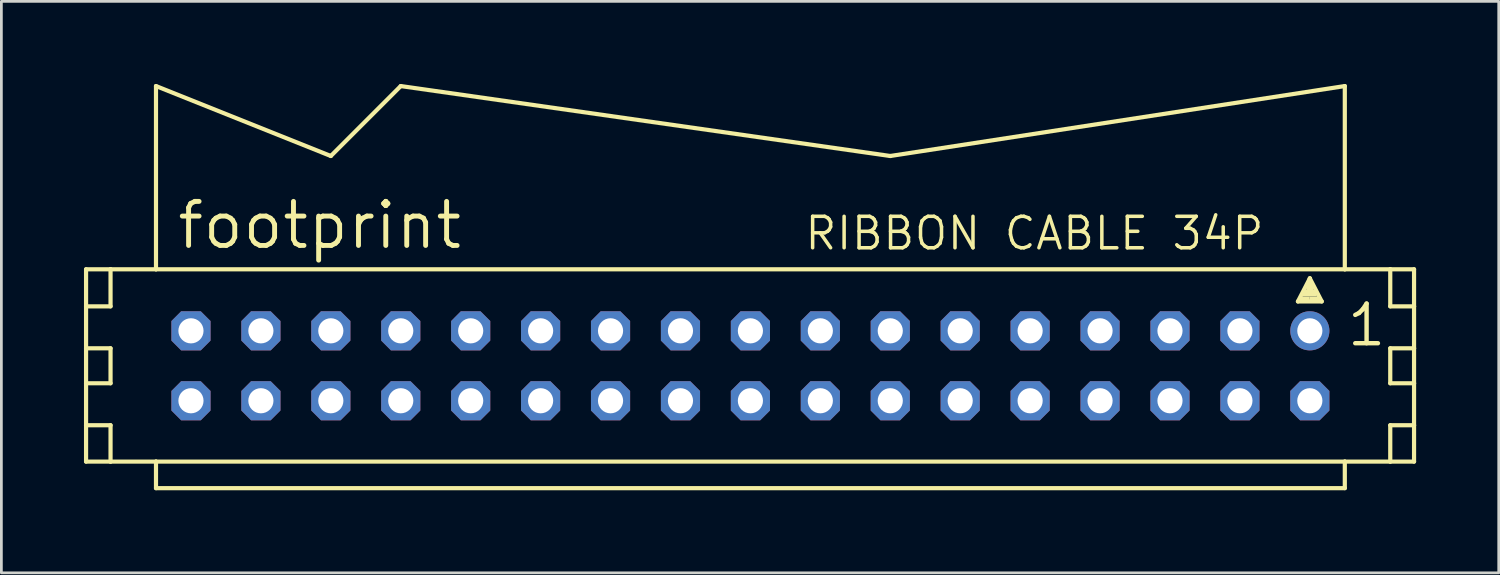
<source format=kicad_pcb>
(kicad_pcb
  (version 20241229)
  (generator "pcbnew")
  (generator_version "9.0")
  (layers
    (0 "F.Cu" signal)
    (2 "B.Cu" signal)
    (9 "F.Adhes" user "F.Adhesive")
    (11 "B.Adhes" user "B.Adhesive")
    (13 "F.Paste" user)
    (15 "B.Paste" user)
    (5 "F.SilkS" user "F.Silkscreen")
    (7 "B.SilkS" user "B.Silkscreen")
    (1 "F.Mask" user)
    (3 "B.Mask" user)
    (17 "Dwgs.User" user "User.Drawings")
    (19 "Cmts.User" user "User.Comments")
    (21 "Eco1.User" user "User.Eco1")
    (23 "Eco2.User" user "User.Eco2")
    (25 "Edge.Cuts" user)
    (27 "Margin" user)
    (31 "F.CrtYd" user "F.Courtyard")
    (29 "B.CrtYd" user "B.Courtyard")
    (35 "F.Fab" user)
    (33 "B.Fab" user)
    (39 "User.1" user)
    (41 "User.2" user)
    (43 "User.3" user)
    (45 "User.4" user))
  (footprint "footprint"
    (layer "F.Cu")
    (at 24.206 10.236)
    (property "Reference" "footprint" (at -20.904 -4.166 0) (layer "F.SilkS") (effects (font (size 1.6 1.6) (thickness 0.178)) (justify left bottom)))
    (fp_line (start -24.13 -3.505) (end -24.13 -2.159) (stroke (width 0.152) (type solid)) (layer "F.SilkS"))
    (fp_line (start -24.13 -2.159) (end -24.13 -0.635) (stroke (width 0.152) (type solid)) (layer "F.SilkS"))
    (fp_line (start -24.13 -2.159) (end -23.241 -2.159) (stroke (width 0.152) (type solid)) (layer "F.SilkS"))
    (fp_line (start -24.13 -0.635) (end -24.13 0.635) (stroke (width 0.152) (type solid)) (layer "F.SilkS"))
    (fp_line (start -24.13 -0.635) (end -23.241 -0.635) (stroke (width 0.152) (type solid)) (layer "F.SilkS"))
    (fp_line (start -24.13 0.635) (end -24.13 2.159) (stroke (width 0.152) (type solid)) (layer "F.SilkS"))
    (fp_line (start -24.13 0.635) (end -23.241 0.635) (stroke (width 0.152) (type solid)) (layer "F.SilkS"))
    (fp_line (start -24.13 2.159) (end -24.13 3.48) (stroke (width 0.152) (type solid)) (layer "F.SilkS"))
    (fp_line (start -24.13 2.159) (end -23.241 2.159) (stroke (width 0.152) (type solid)) (layer "F.SilkS"))
    (fp_line (start -24.13 3.48) (end -23.241 3.48) (stroke (width 0.152) (type solid)) (layer "F.SilkS"))
    (fp_line (start -23.241 -3.505) (end -24.13 -3.505) (stroke (width 0.152) (type solid)) (layer "F.SilkS"))
    (fp_line (start -23.241 -3.505) (end -23.241 -2.159) (stroke (width 0.152) (type solid)) (layer "F.SilkS"))
    (fp_line (start -23.241 -0.635) (end -23.241 0.635) (stroke (width 0.152) (type solid)) (layer "F.SilkS"))
    (fp_line (start -23.241 2.159) (end -23.241 3.48) (stroke (width 0.152) (type solid)) (layer "F.SilkS"))
    (fp_line (start -23.241 3.48) (end -21.59 3.48) (stroke (width 0.152) (type solid)) (layer "F.SilkS"))
    (fp_line (start -21.59 -10.16) (end -21.59 -3.505) (stroke (width 0.152) (type solid)) (layer "F.SilkS"))
    (fp_line (start -21.59 -3.505) (end -23.241 -3.505) (stroke (width 0.152) (type solid)) (layer "F.SilkS"))
    (fp_line (start -21.59 3.48) (end 21.59 3.48) (stroke (width 0.152) (type solid)) (layer "F.SilkS"))
    (fp_line (start -21.59 4.445) (end -21.59 3.48) (stroke (width 0.152) (type solid)) (layer "F.SilkS"))
    (fp_line (start -15.24 -7.62) (end -21.59 -10.16) (stroke (width 0.152) (type solid)) (layer "F.SilkS"))
    (fp_line (start -15.24 -7.62) (end -12.7 -10.16) (stroke (width 0.152) (type solid)) (layer "F.SilkS"))
    (fp_line (start -12.7 -10.16) (end 5.08 -7.62) (stroke (width 0.152) (type solid)) (layer "F.SilkS"))
    (fp_line (start 5.08 -7.62) (end 21.59 -10.16) (stroke (width 0.152) (type solid)) (layer "F.SilkS"))
    (fp_line (start 19.888 -2.337) (end 20.32 -3.175) (stroke (width 0.152) (type solid)) (layer "F.SilkS"))
    (fp_line (start 20.32 -3.175) (end 20.32 -2.921) (stroke (width 0.152) (type solid)) (layer "F.SilkS"))
    (fp_line (start 20.32 -3.175) (end 20.752 -2.337) (stroke (width 0.152) (type solid)) (layer "F.SilkS"))
    (fp_line (start 20.752 -2.337) (end 19.888 -2.337) (stroke (width 0.152) (type solid)) (layer "F.SilkS"))
    (fp_line (start 21.59 -3.505) (end -21.59 -3.505) (stroke (width 0.152) (type solid)) (layer "F.SilkS"))
    (fp_line (start 21.59 -3.505) (end 21.59 -10.16) (stroke (width 0.152) (type solid)) (layer "F.SilkS"))
    (fp_line (start 21.59 3.48) (end 21.59 4.445) (stroke (width 0.152) (type solid)) (layer "F.SilkS"))
    (fp_line (start 21.59 3.48) (end 23.241 3.48) (stroke (width 0.152) (type solid)) (layer "F.SilkS"))
    (fp_line (start 21.59 4.445) (end -21.59 4.445) (stroke (width 0.152) (type solid)) (layer "F.SilkS"))
    (fp_line (start 23.241 -3.505) (end 21.59 -3.505) (stroke (width 0.152) (type solid)) (layer "F.SilkS"))
    (fp_line (start 23.241 -3.505) (end 23.241 -2.159) (stroke (width 0.152) (type solid)) (layer "F.SilkS"))
    (fp_line (start 23.241 -2.159) (end 24.105 -2.159) (stroke (width 0.152) (type solid)) (layer "F.SilkS"))
    (fp_line (start 23.241 -0.635) (end 23.241 0.635) (stroke (width 0.152) (type solid)) (layer "F.SilkS"))
    (fp_line (start 23.241 -0.635) (end 24.105 -0.635) (stroke (width 0.152) (type solid)) (layer "F.SilkS"))
    (fp_line (start 23.241 0.635) (end 24.105 0.635) (stroke (width 0.152) (type solid)) (layer "F.SilkS"))
    (fp_line (start 23.241 2.159) (end 23.241 3.48) (stroke (width 0.152) (type solid)) (layer "F.SilkS"))
    (fp_line (start 23.241 2.159) (end 24.105 2.159) (stroke (width 0.152) (type solid)) (layer "F.SilkS"))
    (fp_line (start 23.241 3.48) (end 24.105 3.48) (stroke (width 0.152) (type solid)) (layer "F.SilkS"))
    (fp_line (start 24.105 -3.505) (end 23.241 -3.505) (stroke (width 0.152) (type solid)) (layer "F.SilkS"))
    (fp_line (start 24.105 -2.159) (end 24.105 -3.505) (stroke (width 0.152) (type solid)) (layer "F.SilkS"))
    (fp_line (start 24.105 -0.635) (end 24.105 -2.159) (stroke (width 0.152) (type solid)) (layer "F.SilkS"))
    (fp_line (start 24.105 0.635) (end 24.105 -0.635) (stroke (width 0.152) (type solid)) (layer "F.SilkS"))
    (fp_line (start 24.105 2.159) (end 24.105 0.635) (stroke (width 0.152) (type solid)) (layer "F.SilkS"))
    (fp_line (start 24.105 3.48) (end 24.105 2.159) (stroke (width 0.152) (type solid)) (layer "F.SilkS"))
    (fp_poly (pts (xy 19.939 -2.388) (xy 20.32 -2.388) (xy 20.32 -2.515) (xy 19.939 -2.515)) (stroke (width 0) (type solid)) (fill yes) (layer "F.SilkS"))
    (fp_poly (pts (xy 20.066 -2.515) (xy 20.574 -2.515) (xy 20.574 -2.769) (xy 20.066 -2.769)) (stroke (width 0) (type solid)) (fill yes) (layer "F.SilkS"))
    (fp_poly (pts (xy 20.193 -2.718) (xy 20.447 -2.718) (xy 20.447 -2.972) (xy 20.193 -2.972)) (stroke (width 0) (type solid)) (fill yes) (layer "F.SilkS"))
    (fp_poly (pts (xy 20.32 -2.388) (xy 20.701 -2.388) (xy 20.701 -2.515) (xy 20.32 -2.515)) (stroke (width 0) (type solid)) (fill yes) (layer "F.SilkS"))
    (fp_text user "RIBBON CABLE 34P" (at 1.905 -4.14 0) (layer "F.SilkS") (effects (font (size 1.143 1.143) (thickness 0.127)) (justify left bottom)))
    (fp_text user "1" (at 21.59 -0.635 0) (layer "F.SilkS") (effects (font (size 1.44 1.44) (thickness 0.16)) (justify left bottom)))
    (pad "1" thru_hole circle (at 20.32 -1.27) (size 1.422 1.422) (drill 0.914) (layers "*.Cu" "*.Mask"))
    (pad "2" thru_hole roundrect (at 20.32 1.27) (size 1.422 1.422) (drill 0.914) (layers "*.Cu" "*.Mask") (roundrect_rratio 0.25) (chamfer_ratio 0.25) (chamfer top_left top_right bottom_left bottom_right))
    (pad "3" thru_hole roundrect (at 17.78 -1.27) (size 1.422 1.422) (drill 0.914) (layers "*.Cu" "*.Mask") (roundrect_rratio 0.25) (chamfer_ratio 0.25) (chamfer top_left top_right bottom_left bottom_right))
    (pad "4" thru_hole roundrect (at 17.78 1.27) (size 1.422 1.422) (drill 0.914) (layers "*.Cu" "*.Mask") (roundrect_rratio 0.25) (chamfer_ratio 0.25) (chamfer top_left top_right bottom_left bottom_right))
    (pad "5" thru_hole roundrect (at 15.24 -1.27) (size 1.422 1.422) (drill 0.914) (layers "*.Cu" "*.Mask") (roundrect_rratio 0.25) (chamfer_ratio 0.25) (chamfer top_left top_right bottom_left bottom_right))
    (pad "6" thru_hole roundrect (at 15.24 1.27) (size 1.422 1.422) (drill 0.914) (layers "*.Cu" "*.Mask") (roundrect_rratio 0.25) (chamfer_ratio 0.25) (chamfer top_left top_right bottom_left bottom_right))
    (pad "7" thru_hole roundrect (at 12.7 -1.27) (size 1.422 1.422) (drill 0.914) (layers "*.Cu" "*.Mask") (roundrect_rratio 0.25) (chamfer_ratio 0.25) (chamfer top_left top_right bottom_left bottom_right))
    (pad "8" thru_hole roundrect (at 12.7 1.27) (size 1.422 1.422) (drill 0.914) (layers "*.Cu" "*.Mask") (roundrect_rratio 0.25) (chamfer_ratio 0.25) (chamfer top_left top_right bottom_left bottom_right))
    (pad "9" thru_hole roundrect (at 10.16 -1.27) (size 1.422 1.422) (drill 0.914) (layers "*.Cu" "*.Mask") (roundrect_rratio 0.25) (chamfer_ratio 0.25) (chamfer top_left top_right bottom_left bottom_right))
    (pad "10" thru_hole roundrect (at 10.16 1.27) (size 1.422 1.422) (drill 0.914) (layers "*.Cu" "*.Mask") (roundrect_rratio 0.25) (chamfer_ratio 0.25) (chamfer top_left top_right bottom_left bottom_right))
    (pad "11" thru_hole roundrect (at 7.62 -1.27) (size 1.422 1.422) (drill 0.914) (layers "*.Cu" "*.Mask") (roundrect_rratio 0.25) (chamfer_ratio 0.25) (chamfer top_left top_right bottom_left bottom_right))
    (pad "12" thru_hole roundrect (at 7.62 1.27) (size 1.422 1.422) (drill 0.914) (layers "*.Cu" "*.Mask") (roundrect_rratio 0.25) (chamfer_ratio 0.25) (chamfer top_left top_right bottom_left bottom_right))
    (pad "13" thru_hole roundrect (at 5.08 -1.27) (size 1.422 1.422) (drill 0.914) (layers "*.Cu" "*.Mask") (roundrect_rratio 0.25) (chamfer_ratio 0.25) (chamfer top_left top_right bottom_left bottom_right))
    (pad "14" thru_hole roundrect (at 5.08 1.27) (size 1.422 1.422) (drill 0.914) (layers "*.Cu" "*.Mask") (roundrect_rratio 0.25) (chamfer_ratio 0.25) (chamfer top_left top_right bottom_left bottom_right))
    (pad "15" thru_hole roundrect (at 2.54 -1.27) (size 1.422 1.422) (drill 0.914) (layers "*.Cu" "*.Mask") (roundrect_rratio 0.25) (chamfer_ratio 0.25) (chamfer top_left top_right bottom_left bottom_right))
    (pad "16" thru_hole roundrect (at 2.54 1.27) (size 1.422 1.422) (drill 0.914) (layers "*.Cu" "*.Mask") (roundrect_rratio 0.25) (chamfer_ratio 0.25) (chamfer top_left top_right bottom_left bottom_right))
    (pad "17" thru_hole roundrect (at 0 -1.27) (size 1.422 1.422) (drill 0.914) (layers "*.Cu" "*.Mask") (roundrect_rratio 0.25) (chamfer_ratio 0.25) (chamfer top_left top_right bottom_left bottom_right))
    (pad "18" thru_hole roundrect (at 0 1.27) (size 1.422 1.422) (drill 0.914) (layers "*.Cu" "*.Mask") (roundrect_rratio 0.25) (chamfer_ratio 0.25) (chamfer top_left top_right bottom_left bottom_right))
    (pad "19" thru_hole roundrect (at -2.54 -1.27) (size 1.422 1.422) (drill 0.914) (layers "*.Cu" "*.Mask") (roundrect_rratio 0.25) (chamfer_ratio 0.25) (chamfer top_left top_right bottom_left bottom_right))
    (pad "20" thru_hole roundrect (at -2.54 1.27) (size 1.422 1.422) (drill 0.914) (layers "*.Cu" "*.Mask") (roundrect_rratio 0.25) (chamfer_ratio 0.25) (chamfer top_left top_right bottom_left bottom_right))
    (pad "21" thru_hole roundrect (at -5.08 -1.27) (size 1.422 1.422) (drill 0.914) (layers "*.Cu" "*.Mask") (roundrect_rratio 0.25) (chamfer_ratio 0.25) (chamfer top_left top_right bottom_left bottom_right))
    (pad "22" thru_hole roundrect (at -5.08 1.27) (size 1.422 1.422) (drill 0.914) (layers "*.Cu" "*.Mask") (roundrect_rratio 0.25) (chamfer_ratio 0.25) (chamfer top_left top_right bottom_left bottom_right))
    (pad "23" thru_hole roundrect (at -7.62 -1.27) (size 1.422 1.422) (drill 0.914) (layers "*.Cu" "*.Mask") (roundrect_rratio 0.25) (chamfer_ratio 0.25) (chamfer top_left top_right bottom_left bottom_right))
    (pad "24" thru_hole roundrect (at -7.62 1.27) (size 1.422 1.422) (drill 0.914) (layers "*.Cu" "*.Mask") (roundrect_rratio 0.25) (chamfer_ratio 0.25) (chamfer top_left top_right bottom_left bottom_right))
    (pad "25" thru_hole roundrect (at -10.16 -1.27) (size 1.422 1.422) (drill 0.914) (layers "*.Cu" "*.Mask") (roundrect_rratio 0.25) (chamfer_ratio 0.25) (chamfer top_left top_right bottom_left bottom_right))
    (pad "26" thru_hole roundrect (at -10.16 1.27) (size 1.422 1.422) (drill 0.914) (layers "*.Cu" "*.Mask") (roundrect_rratio 0.25) (chamfer_ratio 0.25) (chamfer top_left top_right bottom_left bottom_right))
    (pad "27" thru_hole roundrect (at -12.7 -1.27) (size 1.422 1.422) (drill 0.914) (layers "*.Cu" "*.Mask") (roundrect_rratio 0.25) (chamfer_ratio 0.25) (chamfer top_left top_right bottom_left bottom_right))
    (pad "28" thru_hole roundrect (at -12.7 1.27) (size 1.422 1.422) (drill 0.914) (layers "*.Cu" "*.Mask") (roundrect_rratio 0.25) (chamfer_ratio 0.25) (chamfer top_left top_right bottom_left bottom_right))
    (pad "29" thru_hole roundrect (at -15.24 -1.27) (size 1.422 1.422) (drill 0.914) (layers "*.Cu" "*.Mask") (roundrect_rratio 0.25) (chamfer_ratio 0.25) (chamfer top_left top_right bottom_left bottom_right))
    (pad "30" thru_hole roundrect (at -15.24 1.27) (size 1.422 1.422) (drill 0.914) (layers "*.Cu" "*.Mask") (roundrect_rratio 0.25) (chamfer_ratio 0.25) (chamfer top_left top_right bottom_left bottom_right))
    (pad "31" thru_hole roundrect (at -17.78 -1.27) (size 1.422 1.422) (drill 0.914) (layers "*.Cu" "*.Mask") (roundrect_rratio 0.25) (chamfer_ratio 0.25) (chamfer top_left top_right bottom_left bottom_right))
    (pad "32" thru_hole roundrect (at -17.78 1.27) (size 1.422 1.422) (drill 0.914) (layers "*.Cu" "*.Mask") (roundrect_rratio 0.25) (chamfer_ratio 0.25) (chamfer top_left top_right bottom_left bottom_right))
    (pad "33" thru_hole roundrect (at -20.32 -1.27) (size 1.422 1.422) (drill 0.914) (layers "*.Cu" "*.Mask") (roundrect_rratio 0.25) (chamfer_ratio 0.25) (chamfer top_left top_right bottom_left bottom_right))
    (pad "34" thru_hole roundrect (at -20.32 1.27) (size 1.422 1.422) (drill 0.914) (layers "*.Cu" "*.Mask") (roundrect_rratio 0.25) (chamfer_ratio 0.25) (chamfer top_left top_right bottom_left bottom_right)))
  (gr_rect
    (start -3 -3)
    (end 51.387 17.757)
    (stroke (width 0.1) (type default))
    (fill no)
    (layer "Edge.Cuts")))
</source>
